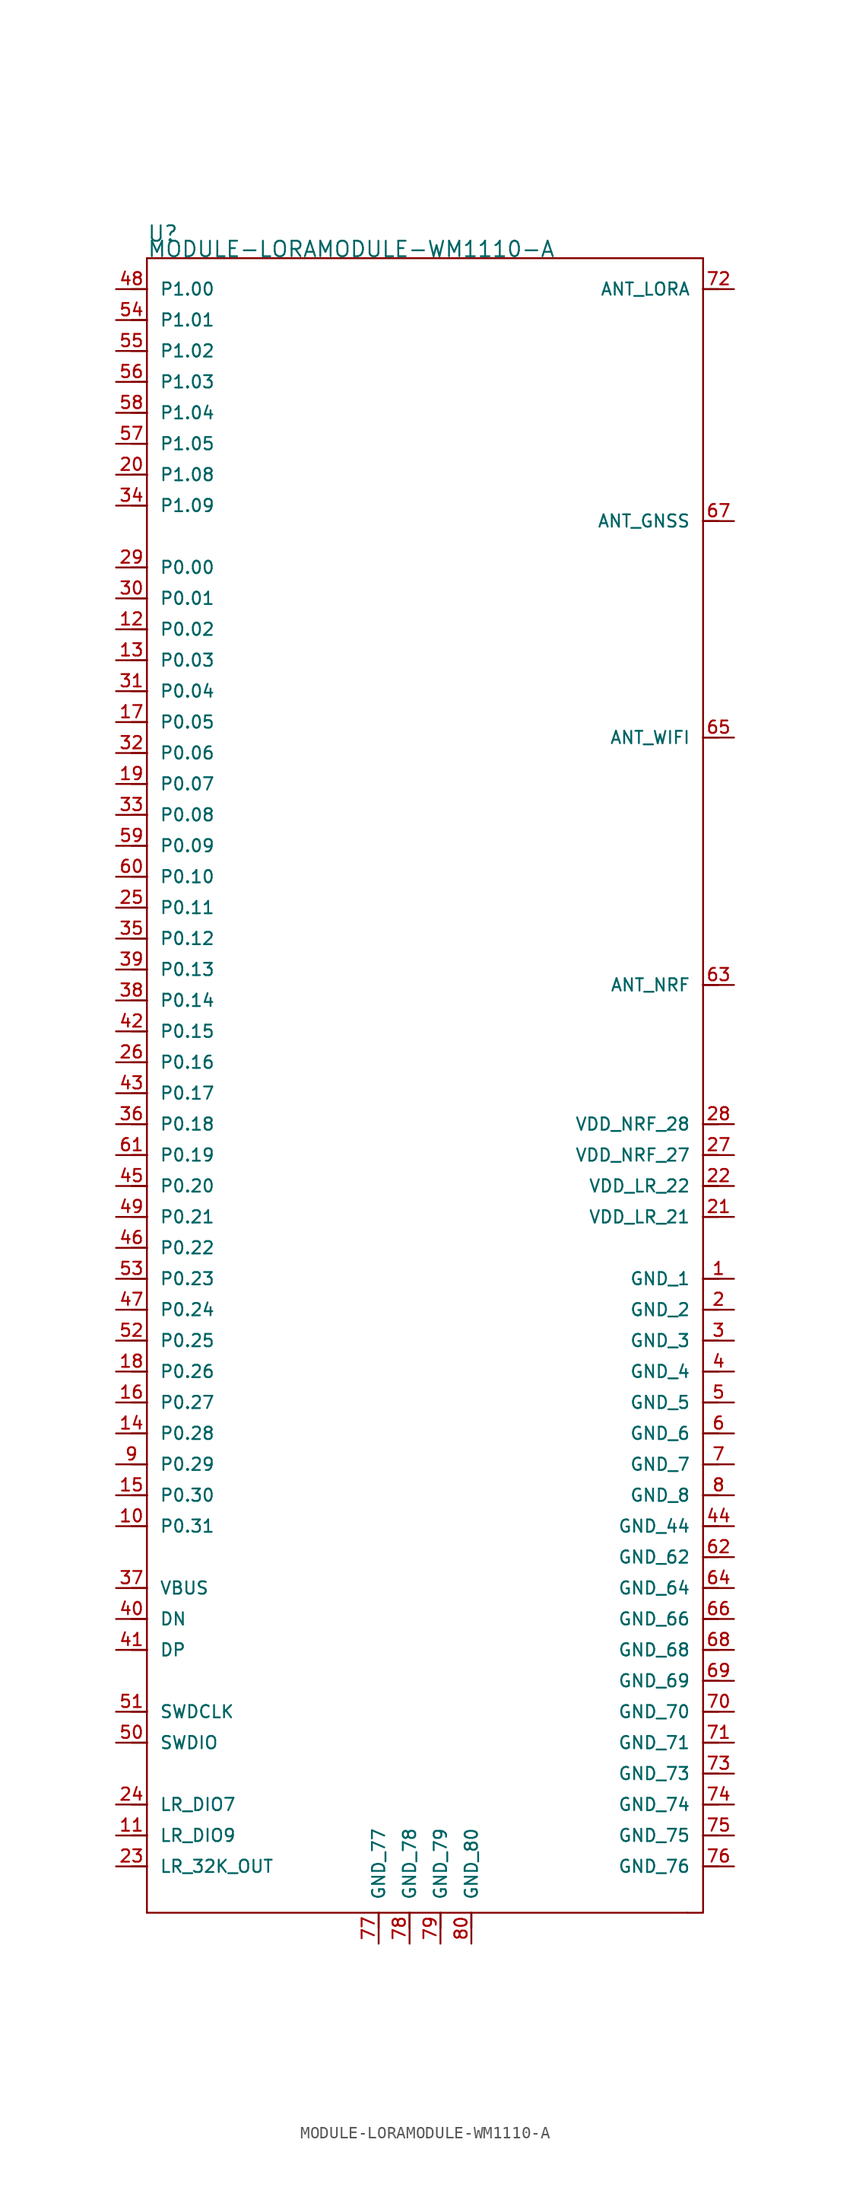
<source format=kicad_sym>
(kicad_symbol_lib
  (version 20220914)
  (generator kicad_symbol_editor)
  (symbol "MODULE-LORAMODULE-WM1110-A"
    (pin_names
      (offset 1.016))
    (property "Reference" "U"
      (at -22.86 68.58 0)
      (effects (font (size 1.27 1.27)) (justify left bottom)))
    (property "Value" "MODULE-LORAMODULE-WM1110-A"
      (at -22.86 67.31 0)
      (effects (font (size 1.27 1.27)) (justify left bottom)))
    (symbol "MODULE-LORAMODULE-WM1110-A_0_0"
      (polyline (pts (xy -22.86 -68.58) (xy -3.81 -68.58)) (stroke (width 0.152) (type default)) (fill (type none)))
      (polyline (pts (xy -22.86 -64.77) (xy -24.13 -64.77)) (stroke (width 0.152) (type default)) (fill (type none)))
      (polyline (pts (xy -22.86 -64.77) (xy -22.86 -68.58)) (stroke (width 0.152) (type default)) (fill (type none)))
      (polyline (pts (xy -22.86 -62.23) (xy -24.13 -62.23)) (stroke (width 0.152) (type default)) (fill (type none)))
      (polyline (pts (xy -22.86 -62.23) (xy -22.86 -64.77)) (stroke (width 0.152) (type default)) (fill (type none)))
      (polyline (pts (xy -22.86 -59.69) (xy -24.13 -59.69)) (stroke (width 0.152) (type default)) (fill (type none)))
      (polyline (pts (xy -22.86 -59.69) (xy -22.86 -62.23)) (stroke (width 0.152) (type default)) (fill (type none)))
      (polyline (pts (xy -22.86 -54.61) (xy -24.13 -54.61)) (stroke (width 0.152) (type default)) (fill (type none)))
      (polyline (pts (xy -22.86 -54.61) (xy -22.86 -59.69)) (stroke (width 0.152) (type default)) (fill (type none)))
      (polyline (pts (xy -22.86 -52.07) (xy -24.13 -52.07)) (stroke (width 0.152) (type default)) (fill (type none)))
      (polyline (pts (xy -22.86 -52.07) (xy -22.86 -54.61)) (stroke (width 0.152) (type default)) (fill (type none)))
      (polyline (pts (xy -22.86 -46.99) (xy -24.13 -46.99)) (stroke (width 0.152) (type default)) (fill (type none)))
      (polyline (pts (xy -22.86 -46.99) (xy -22.86 -52.07)) (stroke (width 0.152) (type default)) (fill (type none)))
      (polyline (pts (xy -22.86 -44.45) (xy -24.13 -44.45)) (stroke (width 0.152) (type default)) (fill (type none)))
      (polyline (pts (xy -22.86 -44.45) (xy -22.86 -46.99)) (stroke (width 0.152) (type default)) (fill (type none)))
      (polyline (pts (xy -22.86 -41.91) (xy -24.13 -41.91)) (stroke (width 0.152) (type default)) (fill (type none)))
      (polyline (pts (xy -22.86 -41.91) (xy -22.86 -44.45)) (stroke (width 0.152) (type default)) (fill (type none)))
      (polyline (pts (xy -22.86 -36.83) (xy -24.13 -36.83)) (stroke (width 0.152) (type default)) (fill (type none)))
      (polyline (pts (xy -22.86 -36.83) (xy -22.86 -41.91)) (stroke (width 0.152) (type default)) (fill (type none)))
      (polyline (pts (xy -22.86 -34.29) (xy -24.13 -34.29)) (stroke (width 0.152) (type default)) (fill (type none)))
      (polyline (pts (xy -22.86 -34.29) (xy -22.86 -36.83)) (stroke (width 0.152) (type default)) (fill (type none)))
      (polyline (pts (xy -22.86 -31.75) (xy -24.13 -31.75)) (stroke (width 0.152) (type default)) (fill (type none)))
      (polyline (pts (xy -22.86 -31.75) (xy -22.86 -34.29)) (stroke (width 0.152) (type default)) (fill (type none)))
      (polyline (pts (xy -22.86 -29.21) (xy -24.13 -29.21)) (stroke (width 0.152) (type default)) (fill (type none)))
      (polyline (pts (xy -22.86 -29.21) (xy -22.86 -31.75)) (stroke (width 0.152) (type default)) (fill (type none)))
      (polyline (pts (xy -22.86 -26.67) (xy -24.13 -26.67)) (stroke (width 0.152) (type default)) (fill (type none)))
      (polyline (pts (xy -22.86 -26.67) (xy -22.86 -29.21)) (stroke (width 0.152) (type default)) (fill (type none)))
      (polyline (pts (xy -22.86 -24.13) (xy -24.13 -24.13)) (stroke (width 0.152) (type default)) (fill (type none)))
      (polyline (pts (xy -22.86 -24.13) (xy -22.86 -26.67)) (stroke (width 0.152) (type default)) (fill (type none)))
      (polyline (pts (xy -22.86 -21.59) (xy -24.13 -21.59)) (stroke (width 0.152) (type default)) (fill (type none)))
      (polyline (pts (xy -22.86 -21.59) (xy -22.86 -24.13)) (stroke (width 0.152) (type default)) (fill (type none)))
      (polyline (pts (xy -22.86 -19.05) (xy -24.13 -19.05)) (stroke (width 0.152) (type default)) (fill (type none)))
      (polyline (pts (xy -22.86 -19.05) (xy -22.86 -21.59)) (stroke (width 0.152) (type default)) (fill (type none)))
      (polyline (pts (xy -22.86 -16.51) (xy -24.13 -16.51)) (stroke (width 0.152) (type default)) (fill (type none)))
      (polyline (pts (xy -22.86 -16.51) (xy -22.86 -19.05)) (stroke (width 0.152) (type default)) (fill (type none)))
      (polyline (pts (xy -22.86 -13.97) (xy -24.13 -13.97)) (stroke (width 0.152) (type default)) (fill (type none)))
      (polyline (pts (xy -22.86 -13.97) (xy -22.86 -16.51)) (stroke (width 0.152) (type default)) (fill (type none)))
      (polyline (pts (xy -22.86 -11.43) (xy -24.13 -11.43)) (stroke (width 0.152) (type default)) (fill (type none)))
      (polyline (pts (xy -22.86 -11.43) (xy -22.86 -13.97)) (stroke (width 0.152) (type default)) (fill (type none)))
      (polyline (pts (xy -22.86 -8.89) (xy -24.13 -8.89)) (stroke (width 0.152) (type default)) (fill (type none)))
      (polyline (pts (xy -22.86 -8.89) (xy -22.86 -11.43)) (stroke (width 0.152) (type default)) (fill (type none)))
      (polyline (pts (xy -22.86 -6.35) (xy -24.13 -6.35)) (stroke (width 0.152) (type default)) (fill (type none)))
      (polyline (pts (xy -22.86 -6.35) (xy -22.86 -8.89)) (stroke (width 0.152) (type default)) (fill (type none)))
      (polyline (pts (xy -22.86 -3.81) (xy -24.13 -3.81)) (stroke (width 0.152) (type default)) (fill (type none)))
      (polyline (pts (xy -22.86 -3.81) (xy -22.86 -6.35)) (stroke (width 0.152) (type default)) (fill (type none)))
      (polyline (pts (xy -22.86 -1.27) (xy -24.13 -1.27)) (stroke (width 0.152) (type default)) (fill (type none)))
      (polyline (pts (xy -22.86 -1.27) (xy -22.86 -3.81)) (stroke (width 0.152) (type default)) (fill (type none)))
      (polyline (pts (xy -22.86 1.27) (xy -24.13 1.27)) (stroke (width 0.152) (type default)) (fill (type none)))
      (polyline (pts (xy -22.86 1.27) (xy -22.86 -1.27)) (stroke (width 0.152) (type default)) (fill (type none)))
      (polyline (pts (xy -22.86 3.81) (xy -24.13 3.81)) (stroke (width 0.152) (type default)) (fill (type none)))
      (polyline (pts (xy -22.86 3.81) (xy -22.86 1.27)) (stroke (width 0.152) (type default)) (fill (type none)))
      (polyline (pts (xy -22.86 6.35) (xy -24.13 6.35)) (stroke (width 0.152) (type default)) (fill (type none)))
      (polyline (pts (xy -22.86 6.35) (xy -22.86 3.81)) (stroke (width 0.152) (type default)) (fill (type none)))
      (polyline (pts (xy -22.86 8.89) (xy -24.13 8.89)) (stroke (width 0.152) (type default)) (fill (type none)))
      (polyline (pts (xy -22.86 8.89) (xy -22.86 6.35)) (stroke (width 0.152) (type default)) (fill (type none)))
      (polyline (pts (xy -22.86 11.43) (xy -24.13 11.43)) (stroke (width 0.152) (type default)) (fill (type none)))
      (polyline (pts (xy -22.86 11.43) (xy -22.86 8.89)) (stroke (width 0.152) (type default)) (fill (type none)))
      (polyline (pts (xy -22.86 13.97) (xy -24.13 13.97)) (stroke (width 0.152) (type default)) (fill (type none)))
      (polyline (pts (xy -22.86 13.97) (xy -22.86 11.43)) (stroke (width 0.152) (type default)) (fill (type none)))
      (polyline (pts (xy -22.86 16.51) (xy -24.13 16.51)) (stroke (width 0.152) (type default)) (fill (type none)))
      (polyline (pts (xy -22.86 16.51) (xy -22.86 13.97)) (stroke (width 0.152) (type default)) (fill (type none)))
      (polyline (pts (xy -22.86 19.05) (xy -24.13 19.05)) (stroke (width 0.152) (type default)) (fill (type none)))
      (polyline (pts (xy -22.86 19.05) (xy -22.86 16.51)) (stroke (width 0.152) (type default)) (fill (type none)))
      (polyline (pts (xy -22.86 21.59) (xy -24.13 21.59)) (stroke (width 0.152) (type default)) (fill (type none)))
      (polyline (pts (xy -22.86 21.59) (xy -22.86 19.05)) (stroke (width 0.152) (type default)) (fill (type none)))
      (polyline (pts (xy -22.86 24.13) (xy -24.13 24.13)) (stroke (width 0.152) (type default)) (fill (type none)))
      (polyline (pts (xy -22.86 24.13) (xy -22.86 21.59)) (stroke (width 0.152) (type default)) (fill (type none)))
      (polyline (pts (xy -22.86 26.67) (xy -24.13 26.67)) (stroke (width 0.152) (type default)) (fill (type none)))
      (polyline (pts (xy -22.86 26.67) (xy -22.86 24.13)) (stroke (width 0.152) (type default)) (fill (type none)))
      (polyline (pts (xy -22.86 29.21) (xy -24.13 29.21)) (stroke (width 0.152) (type default)) (fill (type none)))
      (polyline (pts (xy -22.86 29.21) (xy -22.86 26.67)) (stroke (width 0.152) (type default)) (fill (type none)))
      (polyline (pts (xy -22.86 31.75) (xy -24.13 31.75)) (stroke (width 0.152) (type default)) (fill (type none)))
      (polyline (pts (xy -22.86 31.75) (xy -22.86 29.21)) (stroke (width 0.152) (type default)) (fill (type none)))
      (polyline (pts (xy -22.86 34.29) (xy -24.13 34.29)) (stroke (width 0.152) (type default)) (fill (type none)))
      (polyline (pts (xy -22.86 34.29) (xy -22.86 31.75)) (stroke (width 0.152) (type default)) (fill (type none)))
      (polyline (pts (xy -22.86 36.83) (xy -24.13 36.83)) (stroke (width 0.152) (type default)) (fill (type none)))
      (polyline (pts (xy -22.86 36.83) (xy -22.86 34.29)) (stroke (width 0.152) (type default)) (fill (type none)))
      (polyline (pts (xy -22.86 39.37) (xy -24.13 39.37)) (stroke (width 0.152) (type default)) (fill (type none)))
      (polyline (pts (xy -22.86 39.37) (xy -22.86 36.83)) (stroke (width 0.152) (type default)) (fill (type none)))
      (polyline (pts (xy -22.86 41.91) (xy -24.13 41.91)) (stroke (width 0.152) (type default)) (fill (type none)))
      (polyline (pts (xy -22.86 41.91) (xy -22.86 39.37)) (stroke (width 0.152) (type default)) (fill (type none)))
      (polyline (pts (xy -22.86 46.99) (xy -24.13 46.99)) (stroke (width 0.152) (type default)) (fill (type none)))
      (polyline (pts (xy -22.86 46.99) (xy -22.86 41.91)) (stroke (width 0.152) (type default)) (fill (type none)))
      (polyline (pts (xy -22.86 49.53) (xy -24.13 49.53)) (stroke (width 0.152) (type default)) (fill (type none)))
      (polyline (pts (xy -22.86 49.53) (xy -22.86 46.99)) (stroke (width 0.152) (type default)) (fill (type none)))
      (polyline (pts (xy -22.86 52.07) (xy -24.13 52.07)) (stroke (width 0.152) (type default)) (fill (type none)))
      (polyline (pts (xy -22.86 52.07) (xy -22.86 49.53)) (stroke (width 0.152) (type default)) (fill (type none)))
      (polyline (pts (xy -22.86 54.61) (xy -24.13 54.61)) (stroke (width 0.152) (type default)) (fill (type none)))
      (polyline (pts (xy -22.86 54.61) (xy -22.86 52.07)) (stroke (width 0.152) (type default)) (fill (type none)))
      (polyline (pts (xy -22.86 57.15) (xy -24.13 57.15)) (stroke (width 0.152) (type default)) (fill (type none)))
      (polyline (pts (xy -22.86 57.15) (xy -22.86 54.61)) (stroke (width 0.152) (type default)) (fill (type none)))
      (polyline (pts (xy -22.86 59.69) (xy -24.13 59.69)) (stroke (width 0.152) (type default)) (fill (type none)))
      (polyline (pts (xy -22.86 59.69) (xy -22.86 57.15)) (stroke (width 0.152) (type default)) (fill (type none)))
      (polyline (pts (xy -22.86 62.23) (xy -24.13 62.23)) (stroke (width 0.152) (type default)) (fill (type none)))
      (polyline (pts (xy -22.86 62.23) (xy -22.86 59.69)) (stroke (width 0.152) (type default)) (fill (type none)))
      (polyline (pts (xy -22.86 64.77) (xy -24.13 64.77)) (stroke (width 0.152) (type default)) (fill (type none)))
      (polyline (pts (xy -22.86 64.77) (xy -22.86 62.23)) (stroke (width 0.152) (type default)) (fill (type none)))
      (polyline (pts (xy -22.86 67.31) (xy -22.86 64.77)) (stroke (width 0.152) (type default)) (fill (type none)))
      (polyline (pts (xy -3.81 -68.58) (xy -3.81 -69.85)) (stroke (width 0.152) (type default)) (fill (type none)))
      (polyline (pts (xy -3.81 -68.58) (xy -1.27 -68.58)) (stroke (width 0.152) (type default)) (fill (type none)))
      (polyline (pts (xy -1.27 -68.58) (xy -1.27 -69.85)) (stroke (width 0.152) (type default)) (fill (type none)))
      (polyline (pts (xy -1.27 -68.58) (xy 1.27 -68.58)) (stroke (width 0.152) (type default)) (fill (type none)))
      (polyline (pts (xy 1.27 -68.58) (xy 1.27 -69.85)) (stroke (width 0.152) (type default)) (fill (type none)))
      (polyline (pts (xy 1.27 -68.58) (xy 3.81 -68.58)) (stroke (width 0.152) (type default)) (fill (type none)))
      (polyline (pts (xy 3.81 -68.58) (xy 3.81 -69.85)) (stroke (width 0.152) (type default)) (fill (type none)))
      (polyline (pts (xy 3.81 -68.58) (xy 21.59 -68.58)) (stroke (width 0.152) (type default)) (fill (type none)))
      (polyline (pts (xy 22.86 -16.51) (xy 22.86 -11.43)) (stroke (width 0.152) (type default)) (fill (type none)))
      (polyline (pts (xy 22.86 -11.43) (xy 22.86 -8.89)) (stroke (width 0.152) (type default)) (fill (type none)))
      (polyline (pts (xy 22.86 -8.89) (xy 22.86 -6.35)) (stroke (width 0.152) (type default)) (fill (type none)))
      (polyline (pts (xy 22.86 -6.35) (xy 22.86 -3.81)) (stroke (width 0.152) (type default)) (fill (type none)))
      (polyline (pts (xy 22.86 -3.81) (xy 22.86 7.62)) (stroke (width 0.152) (type default)) (fill (type none)))
      (polyline (pts (xy 22.86 7.62) (xy 22.86 27.94)) (stroke (width 0.152) (type default)) (fill (type none)))
      (polyline (pts (xy 22.86 27.94) (xy 22.86 45.72)) (stroke (width 0.152) (type default)) (fill (type none)))
      (polyline (pts (xy 22.86 45.72) (xy 22.86 64.77)) (stroke (width 0.152) (type default)) (fill (type none)))
      (polyline (pts (xy 22.86 64.77) (xy 22.86 67.31)) (stroke (width 0.152) (type default)) (fill (type none)))
      (polyline (pts (xy 22.86 67.31) (xy -22.86 67.31)) (stroke (width 0.152) (type default)) (fill (type none)))
      (polyline (pts (xy 24.13 -64.77) (xy 22.86 -64.77)) (stroke (width 0.152) (type default)) (fill (type none)))
      (polyline (pts (xy 24.13 -62.23) (xy 22.86 -62.23)) (stroke (width 0.152) (type default)) (fill (type none)))
      (polyline (pts (xy 24.13 -59.69) (xy 22.86 -59.69)) (stroke (width 0.152) (type default)) (fill (type none)))
      (polyline (pts (xy 24.13 -57.15) (xy 22.86 -57.15)) (stroke (width 0.152) (type default)) (fill (type none)))
      (polyline (pts (xy 24.13 -54.61) (xy 22.86 -54.61)) (stroke (width 0.152) (type default)) (fill (type none)))
      (polyline (pts (xy 24.13 -52.07) (xy 22.86 -52.07)) (stroke (width 0.152) (type default)) (fill (type none)))
      (polyline (pts (xy 24.13 -49.53) (xy 22.86 -49.53)) (stroke (width 0.152) (type default)) (fill (type none)))
      (polyline (pts (xy 24.13 -46.99) (xy 22.86 -46.99)) (stroke (width 0.152) (type default)) (fill (type none)))
      (polyline (pts (xy 24.13 -44.45) (xy 22.86 -44.45)) (stroke (width 0.152) (type default)) (fill (type none)))
      (polyline (pts (xy 24.13 -41.91) (xy 22.86 -41.91)) (stroke (width 0.152) (type default)) (fill (type none)))
      (polyline (pts (xy 24.13 -39.37) (xy 22.86 -39.37)) (stroke (width 0.152) (type default)) (fill (type none)))
      (polyline (pts (xy 24.13 -36.83) (xy 22.86 -36.83)) (stroke (width 0.152) (type default)) (fill (type none)))
      (polyline (pts (xy 24.13 -34.29) (xy 22.86 -34.29)) (stroke (width 0.152) (type default)) (fill (type none)))
      (polyline (pts (xy 24.13 -31.75) (xy 22.86 -31.75)) (stroke (width 0.152) (type default)) (fill (type none)))
      (polyline (pts (xy 24.13 -29.21) (xy 22.86 -29.21)) (stroke (width 0.152) (type default)) (fill (type none)))
      (polyline (pts (xy 24.13 -26.67) (xy 22.86 -26.67)) (stroke (width 0.152) (type default)) (fill (type none)))
      (polyline (pts (xy 24.13 -24.13) (xy 22.86 -24.13)) (stroke (width 0.152) (type default)) (fill (type none)))
      (polyline (pts (xy 24.13 -21.59) (xy 22.86 -21.59)) (stroke (width 0.152) (type default)) (fill (type none)))
      (polyline (pts (xy 24.13 -19.05) (xy 22.86 -19.05)) (stroke (width 0.152) (type default)) (fill (type none)))
      (polyline (pts (xy 24.13 -16.51) (xy 22.86 -16.51)) (stroke (width 0.152) (type default)) (fill (type none)))
      (polyline (pts (xy 24.13 -11.43) (xy 22.86 -11.43)) (stroke (width 0.152) (type default)) (fill (type none)))
      (polyline (pts (xy 24.13 -8.89) (xy 22.86 -8.89)) (stroke (width 0.152) (type default)) (fill (type none)))
      (polyline (pts (xy 24.13 -6.35) (xy 22.86 -6.35)) (stroke (width 0.152) (type default)) (fill (type none)))
      (polyline (pts (xy 24.13 -3.81) (xy 22.86 -3.81)) (stroke (width 0.152) (type default)) (fill (type none)))
      (polyline (pts (xy 24.13 7.62) (xy 22.86 7.62)) (stroke (width 0.152) (type default)) (fill (type none)))
      (polyline (pts (xy 24.13 27.94) (xy 22.86 27.94)) (stroke (width 0.152) (type default)) (fill (type none)))
      (polyline (pts (xy 24.13 45.72) (xy 22.86 45.72)) (stroke (width 0.152) (type default)) (fill (type none)))
      (polyline (pts (xy 24.13 64.77) (xy 22.86 64.77)) (stroke (width 0.152) (type default)) (fill (type none)))
      (pin passive line (at 25.4 -16.51 180) (length 2.54) (name "GND_1" (effects (font (size 1.016 1.016)))) (number "1" (effects (font (size 1.016 1.016)))))
      (pin passive line (at -25.4 -36.83 0) (length 2.54) (name "P0.31" (effects (font (size 1.016 1.016)))) (number "10" (effects (font (size 1.016 1.016)))))
      (pin passive line (at -25.4 -62.23 0) (length 2.54) (name "LR_DIO9" (effects (font (size 1.016 1.016)))) (number "11" (effects (font (size 1.016 1.016)))))
      (pin passive line (at -25.4 36.83 0) (length 2.54) (name "P0.02" (effects (font (size 1.016 1.016)))) (number "12" (effects (font (size 1.016 1.016)))))
      (pin passive line (at -25.4 34.29 0) (length 2.54) (name "P0.03" (effects (font (size 1.016 1.016)))) (number "13" (effects (font (size 1.016 1.016)))))
      (pin passive line (at -25.4 -29.21 0) (length 2.54) (name "P0.28" (effects (font (size 1.016 1.016)))) (number "14" (effects (font (size 1.016 1.016)))))
      (pin passive line (at -25.4 -34.29 0) (length 2.54) (name "P0.30" (effects (font (size 1.016 1.016)))) (number "15" (effects (font (size 1.016 1.016)))))
      (pin passive line (at -25.4 -26.67 0) (length 2.54) (name "P0.27" (effects (font (size 1.016 1.016)))) (number "16" (effects (font (size 1.016 1.016)))))
      (pin passive line (at -25.4 29.21 0) (length 2.54) (name "P0.05" (effects (font (size 1.016 1.016)))) (number "17" (effects (font (size 1.016 1.016)))))
      (pin passive line (at -25.4 -24.13 0) (length 2.54) (name "P0.26" (effects (font (size 1.016 1.016)))) (number "18" (effects (font (size 1.016 1.016)))))
      (pin passive line (at -25.4 24.13 0) (length 2.54) (name "P0.07" (effects (font (size 1.016 1.016)))) (number "19" (effects (font (size 1.016 1.016)))))
      (pin passive line (at 25.4 -19.05 180) (length 2.54) (name "GND_2" (effects (font (size 1.016 1.016)))) (number "2" (effects (font (size 1.016 1.016)))))
      (pin passive line (at -25.4 49.53 0) (length 2.54) (name "P1.08" (effects (font (size 1.016 1.016)))) (number "20" (effects (font (size 1.016 1.016)))))
      (pin passive line (at 25.4 -11.43 180) (length 2.54) (name "VDD_LR_21" (effects (font (size 1.016 1.016)))) (number "21" (effects (font (size 1.016 1.016)))))
      (pin passive line (at 25.4 -8.89 180) (length 2.54) (name "VDD_LR_22" (effects (font (size 1.016 1.016)))) (number "22" (effects (font (size 1.016 1.016)))))
      (pin passive line (at -25.4 -64.77 0) (length 2.54) (name "LR_32K_OUT" (effects (font (size 1.016 1.016)))) (number "23" (effects (font (size 1.016 1.016)))))
      (pin passive line (at -25.4 -59.69 0) (length 2.54) (name "LR_DIO7" (effects (font (size 1.016 1.016)))) (number "24" (effects (font (size 1.016 1.016)))))
      (pin passive line (at -25.4 13.97 0) (length 2.54) (name "P0.11" (effects (font (size 1.016 1.016)))) (number "25" (effects (font (size 1.016 1.016)))))
      (pin passive line (at -25.4 1.27 0) (length 2.54) (name "P0.16" (effects (font (size 1.016 1.016)))) (number "26" (effects (font (size 1.016 1.016)))))
      (pin passive line (at 25.4 -6.35 180) (length 2.54) (name "VDD_NRF_27" (effects (font (size 1.016 1.016)))) (number "27" (effects (font (size 1.016 1.016)))))
      (pin passive line (at 25.4 -3.81 180) (length 2.54) (name "VDD_NRF_28" (effects (font (size 1.016 1.016)))) (number "28" (effects (font (size 1.016 1.016)))))
      (pin passive line (at -25.4 41.91 0) (length 2.54) (name "P0.00" (effects (font (size 1.016 1.016)))) (number "29" (effects (font (size 1.016 1.016)))))
      (pin passive line (at 25.4 -21.59 180) (length 2.54) (name "GND_3" (effects (font (size 1.016 1.016)))) (number "3" (effects (font (size 1.016 1.016)))))
      (pin passive line (at -25.4 39.37 0) (length 2.54) (name "P0.01" (effects (font (size 1.016 1.016)))) (number "30" (effects (font (size 1.016 1.016)))))
      (pin passive line (at -25.4 31.75 0) (length 2.54) (name "P0.04" (effects (font (size 1.016 1.016)))) (number "31" (effects (font (size 1.016 1.016)))))
      (pin passive line (at -25.4 26.67 0) (length 2.54) (name "P0.06" (effects (font (size 1.016 1.016)))) (number "32" (effects (font (size 1.016 1.016)))))
      (pin passive line (at -25.4 21.59 0) (length 2.54) (name "P0.08" (effects (font (size 1.016 1.016)))) (number "33" (effects (font (size 1.016 1.016)))))
      (pin passive line (at -25.4 46.99 0) (length 2.54) (name "P1.09" (effects (font (size 1.016 1.016)))) (number "34" (effects (font (size 1.016 1.016)))))
      (pin passive line (at -25.4 11.43 0) (length 2.54) (name "P0.12" (effects (font (size 1.016 1.016)))) (number "35" (effects (font (size 1.016 1.016)))))
      (pin passive line (at -25.4 -3.81 0) (length 2.54) (name "P0.18" (effects (font (size 1.016 1.016)))) (number "36" (effects (font (size 1.016 1.016)))))
      (pin passive line (at -25.4 -41.91 0) (length 2.54) (name "VBUS" (effects (font (size 1.016 1.016)))) (number "37" (effects (font (size 1.016 1.016)))))
      (pin passive line (at -25.4 6.35 0) (length 2.54) (name "P0.14" (effects (font (size 1.016 1.016)))) (number "38" (effects (font (size 1.016 1.016)))))
      (pin passive line (at -25.4 8.89 0) (length 2.54) (name "P0.13" (effects (font (size 1.016 1.016)))) (number "39" (effects (font (size 1.016 1.016)))))
      (pin passive line (at 25.4 -24.13 180) (length 2.54) (name "GND_4" (effects (font (size 1.016 1.016)))) (number "4" (effects (font (size 1.016 1.016)))))
      (pin passive line (at -25.4 -44.45 0) (length 2.54) (name "DN" (effects (font (size 1.016 1.016)))) (number "40" (effects (font (size 1.016 1.016)))))
      (pin passive line (at -25.4 -46.99 0) (length 2.54) (name "DP" (effects (font (size 1.016 1.016)))) (number "41" (effects (font (size 1.016 1.016)))))
      (pin passive line (at -25.4 3.81 0) (length 2.54) (name "P0.15" (effects (font (size 1.016 1.016)))) (number "42" (effects (font (size 1.016 1.016)))))
      (pin passive line (at -25.4 -1.27 0) (length 2.54) (name "P0.17" (effects (font (size 1.016 1.016)))) (number "43" (effects (font (size 1.016 1.016)))))
      (pin passive line (at 25.4 -36.83 180) (length 2.54) (name "GND_44" (effects (font (size 1.016 1.016)))) (number "44" (effects (font (size 1.016 1.016)))))
      (pin passive line (at -25.4 -8.89 0) (length 2.54) (name "P0.20" (effects (font (size 1.016 1.016)))) (number "45" (effects (font (size 1.016 1.016)))))
      (pin passive line (at -25.4 -13.97 0) (length 2.54) (name "P0.22" (effects (font (size 1.016 1.016)))) (number "46" (effects (font (size 1.016 1.016)))))
      (pin passive line (at -25.4 -19.05 0) (length 2.54) (name "P0.24" (effects (font (size 1.016 1.016)))) (number "47" (effects (font (size 1.016 1.016)))))
      (pin passive line (at -25.4 64.77 0) (length 2.54) (name "P1.00" (effects (font (size 1.016 1.016)))) (number "48" (effects (font (size 1.016 1.016)))))
      (pin passive line (at -25.4 -11.43 0) (length 2.54) (name "P0.21" (effects (font (size 1.016 1.016)))) (number "49" (effects (font (size 1.016 1.016)))))
      (pin passive line (at 25.4 -26.67 180) (length 2.54) (name "GND_5" (effects (font (size 1.016 1.016)))) (number "5" (effects (font (size 1.016 1.016)))))
      (pin passive line (at -25.4 -54.61 0) (length 2.54) (name "SWDIO" (effects (font (size 1.016 1.016)))) (number "50" (effects (font (size 1.016 1.016)))))
      (pin passive line (at -25.4 -52.07 0) (length 2.54) (name "SWDCLK" (effects (font (size 1.016 1.016)))) (number "51" (effects (font (size 1.016 1.016)))))
      (pin passive line (at -25.4 -21.59 0) (length 2.54) (name "P0.25" (effects (font (size 1.016 1.016)))) (number "52" (effects (font (size 1.016 1.016)))))
      (pin passive line (at -25.4 -16.51 0) (length 2.54) (name "P0.23" (effects (font (size 1.016 1.016)))) (number "53" (effects (font (size 1.016 1.016)))))
      (pin passive line (at -25.4 62.23 0) (length 2.54) (name "P1.01" (effects (font (size 1.016 1.016)))) (number "54" (effects (font (size 1.016 1.016)))))
      (pin passive line (at -25.4 59.69 0) (length 2.54) (name "P1.02" (effects (font (size 1.016 1.016)))) (number "55" (effects (font (size 1.016 1.016)))))
      (pin passive line (at -25.4 57.15 0) (length 2.54) (name "P1.03" (effects (font (size 1.016 1.016)))) (number "56" (effects (font (size 1.016 1.016)))))
      (pin passive line (at -25.4 52.07 0) (length 2.54) (name "P1.05" (effects (font (size 1.016 1.016)))) (number "57" (effects (font (size 1.016 1.016)))))
      (pin passive line (at -25.4 54.61 0) (length 2.54) (name "P1.04" (effects (font (size 1.016 1.016)))) (number "58" (effects (font (size 1.016 1.016)))))
      (pin passive line (at -25.4 19.05 0) (length 2.54) (name "P0.09" (effects (font (size 1.016 1.016)))) (number "59" (effects (font (size 1.016 1.016)))))
      (pin passive line (at 25.4 -29.21 180) (length 2.54) (name "GND_6" (effects (font (size 1.016 1.016)))) (number "6" (effects (font (size 1.016 1.016)))))
      (pin passive line (at -25.4 16.51 0) (length 2.54) (name "P0.10" (effects (font (size 1.016 1.016)))) (number "60" (effects (font (size 1.016 1.016)))))
      (pin passive line (at -25.4 -6.35 0) (length 2.54) (name "P0.19" (effects (font (size 1.016 1.016)))) (number "61" (effects (font (size 1.016 1.016)))))
      (pin passive line (at 25.4 -39.37 180) (length 2.54) (name "GND_62" (effects (font (size 1.016 1.016)))) (number "62" (effects (font (size 1.016 1.016)))))
      (pin passive line (at 25.4 7.62 180) (length 2.54) (name "ANT_NRF" (effects (font (size 1.016 1.016)))) (number "63" (effects (font (size 1.016 1.016)))))
      (pin passive line (at 25.4 -41.91 180) (length 2.54) (name "GND_64" (effects (font (size 1.016 1.016)))) (number "64" (effects (font (size 1.016 1.016)))))
      (pin passive line (at 25.4 27.94 180) (length 2.54) (name "ANT_WIFI" (effects (font (size 1.016 1.016)))) (number "65" (effects (font (size 1.016 1.016)))))
      (pin passive line (at 25.4 -44.45 180) (length 2.54) (name "GND_66" (effects (font (size 1.016 1.016)))) (number "66" (effects (font (size 1.016 1.016)))))
      (pin passive line (at 25.4 45.72 180) (length 2.54) (name "ANT_GNSS" (effects (font (size 1.016 1.016)))) (number "67" (effects (font (size 1.016 1.016)))))
      (pin passive line (at 25.4 -46.99 180) (length 2.54) (name "GND_68" (effects (font (size 1.016 1.016)))) (number "68" (effects (font (size 1.016 1.016)))))
      (pin passive line (at 25.4 -49.53 180) (length 2.54) (name "GND_69" (effects (font (size 1.016 1.016)))) (number "69" (effects (font (size 1.016 1.016)))))
      (pin passive line (at 25.4 -31.75 180) (length 2.54) (name "GND_7" (effects (font (size 1.016 1.016)))) (number "7" (effects (font (size 1.016 1.016)))))
      (pin passive line (at 25.4 -52.07 180) (length 2.54) (name "GND_70" (effects (font (size 1.016 1.016)))) (number "70" (effects (font (size 1.016 1.016)))))
      (pin passive line (at 25.4 -54.61 180) (length 2.54) (name "GND_71" (effects (font (size 1.016 1.016)))) (number "71" (effects (font (size 1.016 1.016)))))
      (pin passive line (at 25.4 64.77 180) (length 2.54) (name "ANT_LORA" (effects (font (size 1.016 1.016)))) (number "72" (effects (font (size 1.016 1.016)))))
      (pin passive line (at 25.4 -57.15 180) (length 2.54) (name "GND_73" (effects (font (size 1.016 1.016)))) (number "73" (effects (font (size 1.016 1.016)))))
      (pin passive line (at 25.4 -59.69 180) (length 2.54) (name "GND_74" (effects (font (size 1.016 1.016)))) (number "74" (effects (font (size 1.016 1.016)))))
      (pin passive line (at 25.4 -62.23 180) (length 2.54) (name "GND_75" (effects (font (size 1.016 1.016)))) (number "75" (effects (font (size 1.016 1.016)))))
      (pin passive line (at 25.4 -64.77 180) (length 2.54) (name "GND_76" (effects (font (size 1.016 1.016)))) (number "76" (effects (font (size 1.016 1.016)))))
      (pin passive line (at -3.81 -71.12 90) (length 2.54) (name "GND_77" (effects (font (size 1.016 1.016)))) (number "77" (effects (font (size 1.016 1.016)))))
      (pin passive line (at -1.27 -71.12 90) (length 2.54) (name "GND_78" (effects (font (size 1.016 1.016)))) (number "78" (effects (font (size 1.016 1.016)))))
      (pin passive line (at 1.27 -71.12 90) (length 2.54) (name "GND_79" (effects (font (size 1.016 1.016)))) (number "79" (effects (font (size 1.016 1.016)))))
      (pin passive line (at 25.4 -34.29 180) (length 2.54) (name "GND_8" (effects (font (size 1.016 1.016)))) (number "8" (effects (font (size 1.016 1.016)))))
      (pin passive line (at 3.81 -71.12 90) (length 2.54) (name "GND_80" (effects (font (size 1.016 1.016)))) (number "80" (effects (font (size 1.016 1.016)))))
      (pin passive line (at -25.4 -31.75 0) (length 2.54) (name "P0.29" (effects (font (size 1.016 1.016)))) (number "9" (effects (font (size 1.016 1.016))))))
    (symbol "MODULE-LORAMODULE-WM1110-A_0_1"
      (polyline (pts (xy 22.86 -16.51) (xy 22.86 -68.58) (xy 21.59 -68.58)) (stroke (width 0) (type default)) (fill (type none))))))
</source>
